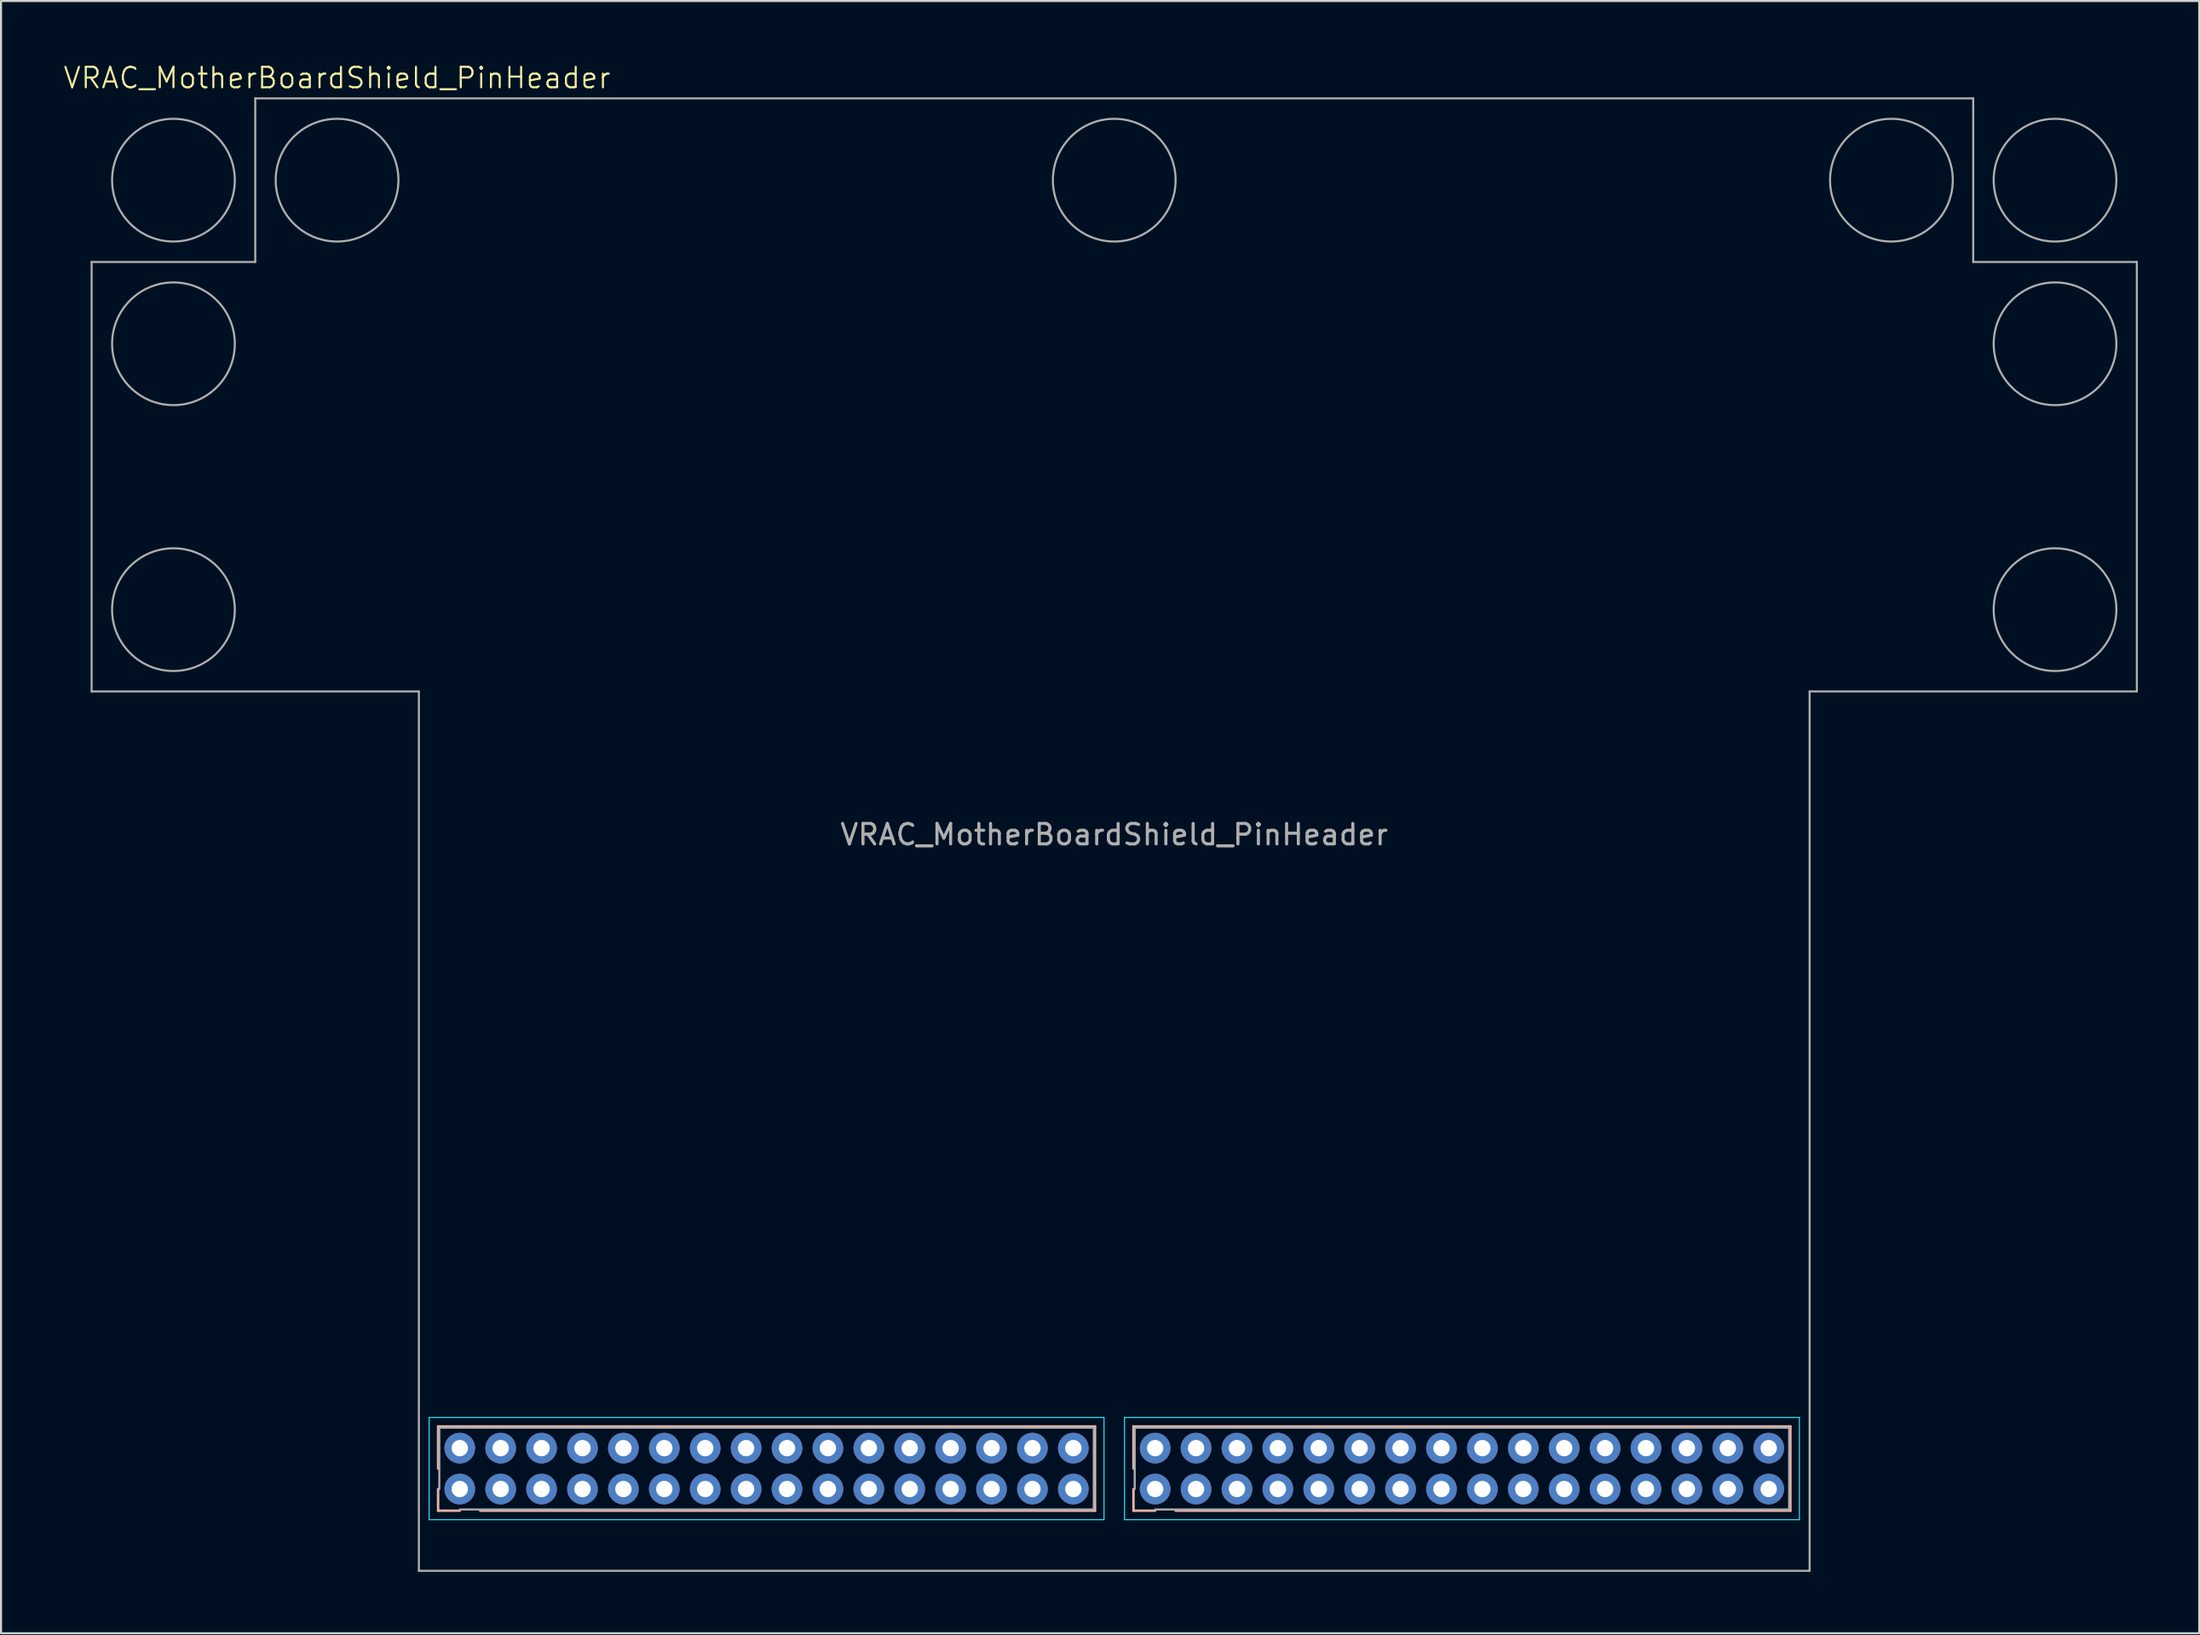
<source format=kicad_pcb>
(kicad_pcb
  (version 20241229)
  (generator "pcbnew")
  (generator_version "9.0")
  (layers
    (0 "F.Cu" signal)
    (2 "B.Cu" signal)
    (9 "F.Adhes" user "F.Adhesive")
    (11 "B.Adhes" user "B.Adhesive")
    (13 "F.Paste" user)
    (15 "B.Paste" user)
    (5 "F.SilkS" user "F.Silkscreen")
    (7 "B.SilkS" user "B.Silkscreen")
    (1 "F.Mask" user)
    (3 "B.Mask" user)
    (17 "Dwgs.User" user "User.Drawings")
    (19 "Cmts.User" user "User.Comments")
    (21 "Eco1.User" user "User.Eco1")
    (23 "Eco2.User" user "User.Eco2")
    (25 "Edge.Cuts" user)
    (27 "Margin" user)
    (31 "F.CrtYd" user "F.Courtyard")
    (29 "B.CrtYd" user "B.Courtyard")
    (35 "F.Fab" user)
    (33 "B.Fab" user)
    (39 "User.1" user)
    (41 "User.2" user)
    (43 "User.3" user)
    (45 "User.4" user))
  (footprint "VRAC_MotherBoardShield_PinHeader"
    (layer "F.Cu")
    (at 51.431 68.76)
    (property "Reference" "VRAC_MotherBoardShield_PinHeader" (at -38 -68 0) (unlocked yes) (layer "F.SilkS") (effects (font (size 1 1) (thickness 0.1))))
    (attr smd)
    (fp_line (start -33.06 -2.06) (end -0.94 -2.06) (stroke (width 0.12) (type solid)) (layer "B.SilkS"))
    (fp_line (start -33.06 0) (end -33.06 -2.06) (stroke (width 0.12) (type solid)) (layer "B.SilkS"))
    (fp_line (start -33.06 2.06) (end -33.06 1) (stroke (width 0.12) (type solid)) (layer "B.SilkS"))
    (fp_line (start -32 2.06) (end -33.06 2.06) (stroke (width 0.12) (type solid)) (layer "B.SilkS"))
    (fp_line (start -31 2.06) (end -0.94 2.06) (stroke (width 0.12) (type solid)) (layer "B.SilkS"))
    (fp_line (start -0.94 2.06) (end -0.94 -2.06) (stroke (width 0.12) (type solid)) (layer "B.SilkS"))
    (fp_line (start 0.94 -2.06) (end 33.06 -2.06) (stroke (width 0.12) (type solid)) (layer "B.SilkS"))
    (fp_line (start 0.94 0) (end 0.94 -2.06) (stroke (width 0.12) (type solid)) (layer "B.SilkS"))
    (fp_line (start 0.94 2.06) (end 0.94 1) (stroke (width 0.12) (type solid)) (layer "B.SilkS"))
    (fp_line (start 2 2.06) (end 0.94 2.06) (stroke (width 0.12) (type solid)) (layer "B.SilkS"))
    (fp_line (start 3 2.06) (end 33.06 2.06) (stroke (width 0.12) (type solid)) (layer "B.SilkS"))
    (fp_line (start 33.06 2.06) (end 33.06 -2.06) (stroke (width 0.12) (type solid)) (layer "B.SilkS"))
    (fp_line (start -33.5 -2.5) (end -33.5 2.5) (stroke (width 0.05) (type solid)) (layer "B.CrtYd"))
    (fp_line (start -33.5 2.5) (end -0.5 2.5) (stroke (width 0.05) (type solid)) (layer "B.CrtYd"))
    (fp_line (start -0.5 -2.5) (end -33.5 -2.5) (stroke (width 0.05) (type solid)) (layer "B.CrtYd"))
    (fp_line (start -0.5 2.5) (end -0.5 -2.5) (stroke (width 0.05) (type solid)) (layer "B.CrtYd"))
    (fp_line (start 0.5 -2.5) (end 0.5 2.5) (stroke (width 0.05) (type solid)) (layer "B.CrtYd"))
    (fp_line (start 0.5 2.5) (end 33.5 2.5) (stroke (width 0.05) (type solid)) (layer "B.CrtYd"))
    (fp_line (start 33.5 -2.5) (end 0.5 -2.5) (stroke (width 0.05) (type solid)) (layer "B.CrtYd"))
    (fp_line (start 33.5 2.5) (end 33.5 -2.5) (stroke (width 0.05) (type solid)) (layer "B.CrtYd"))
    (fp_line (start -50 -59) (end -42 -59) (stroke (width 0.1) (type default)) (layer "F.Fab"))
    (fp_line (start -50 -38) (end -50 -59) (stroke (width 0.1) (type default)) (layer "F.Fab"))
    (fp_line (start -42 -59) (end -42 -67) (stroke (width 0.1) (type default)) (layer "F.Fab"))
    (fp_line (start -34 -38) (end -50 -38) (stroke (width 0.1) (type default)) (layer "F.Fab"))
    (fp_line (start -34 -38) (end -34 5) (stroke (width 0.1) (type default)) (layer "F.Fab"))
    (fp_line (start -34 5) (end 34 5) (stroke (width 0.1) (type default)) (layer "F.Fab"))
    (fp_line (start -33 -2) (end -1 -2) (stroke (width 0.1) (type solid)) (layer "F.Fab"))
    (fp_line (start -33 1) (end -33 -2) (stroke (width 0.1) (type solid)) (layer "F.Fab"))
    (fp_line (start -1 -2) (end -1 2) (stroke (width 0.1) (type solid)) (layer "F.Fab"))
    (fp_line (start -1 2) (end -32 2) (stroke (width 0.1) (type solid)) (layer "F.Fab"))
    (fp_line (start 1 -2) (end 33 -2) (stroke (width 0.1) (type solid)) (layer "F.Fab"))
    (fp_line (start 1 1) (end 1 -2) (stroke (width 0.1) (type solid)) (layer "F.Fab"))
    (fp_line (start 33 -2) (end 33 2) (stroke (width 0.1) (type solid)) (layer "F.Fab"))
    (fp_line (start 33 2) (end 2 2) (stroke (width 0.1) (type solid)) (layer "F.Fab"))
    (fp_line (start 34 5) (end 34 -38) (stroke (width 0.1) (type default)) (layer "F.Fab"))
    (fp_line (start 42 -67) (end -42 -67) (stroke (width 0.1) (type default)) (layer "F.Fab"))
    (fp_line (start 42 -59) (end 42 -67) (stroke (width 0.1) (type default)) (layer "F.Fab"))
    (fp_line (start 42 -59) (end 50 -59) (stroke (width 0.1) (type default)) (layer "F.Fab"))
    (fp_line (start 50 -38) (end 34 -38) (stroke (width 0.1) (type default)) (layer "F.Fab"))
    (fp_line (start 50 -38) (end 50 -59) (stroke (width 0.1) (type default)) (layer "F.Fab"))
    (fp_circle (center -46 -63) (end -43 -63) (stroke (width 0.1) (type default)) (fill no) (layer "F.Fab"))
    (fp_circle (center -46 -55) (end -43 -55) (stroke (width 0.1) (type default)) (fill no) (layer "F.Fab"))
    (fp_circle (center -46 -42) (end -43 -42) (stroke (width 0.1) (type default)) (fill no) (layer "F.Fab"))
    (fp_circle (center -38 -63) (end -35 -63) (stroke (width 0.1) (type default)) (fill no) (layer "F.Fab"))
    (fp_circle (center 0 -63) (end 3 -63) (stroke (width 0.1) (type default)) (fill no) (layer "F.Fab"))
    (fp_circle (center 38 -63) (end 41 -63) (stroke (width 0.1) (type default)) (fill no) (layer "F.Fab"))
    (fp_circle (center 46 -63) (end 49 -63) (stroke (width 0.1) (type default)) (fill no) (layer "F.Fab"))
    (fp_circle (center 46 -55) (end 49 -55) (stroke (width 0.1) (type default)) (fill no) (layer "F.Fab"))
    (fp_circle (center 46 -42) (end 49 -42) (stroke (width 0.1) (type default)) (fill no) (layer "F.Fab"))
    (fp_text user "${REFERENCE}" (at 0 -31 0) (unlocked yes) (layer "F.Fab") (effects (font (size 1 1) (thickness 0.15))))
    (pad "1" thru_hole circle (at -32 1 90) (size 1.5 1.5) (drill 0.8) (layers "*.Cu" "*.Mask"))
    (pad "2" thru_hole circle (at -32 -1 90) (size 1.5 1.5) (drill 0.8) (layers "*.Cu" "*.Mask"))
    (pad "3" thru_hole circle (at -30 1 90) (size 1.5 1.5) (drill 0.8) (layers "*.Cu" "*.Mask"))
    (pad "4" thru_hole circle (at -30 -1 90) (size 1.5 1.5) (drill 0.8) (layers "*.Cu" "*.Mask"))
    (pad "5" thru_hole circle (at -28 1 90) (size 1.5 1.5) (drill 0.8) (layers "*.Cu" "*.Mask"))
    (pad "6" thru_hole circle (at -28 -1 90) (size 1.5 1.5) (drill 0.8) (layers "*.Cu" "*.Mask"))
    (pad "7" thru_hole circle (at -26 1 90) (size 1.5 1.5) (drill 0.8) (layers "*.Cu" "*.Mask"))
    (pad "8" thru_hole circle (at -26 -1 90) (size 1.5 1.5) (drill 0.8) (layers "*.Cu" "*.Mask"))
    (pad "9" thru_hole circle (at -24 1 90) (size 1.5 1.5) (drill 0.8) (layers "*.Cu" "*.Mask"))
    (pad "10" thru_hole circle (at -24 -1 90) (size 1.5 1.5) (drill 0.8) (layers "*.Cu" "*.Mask"))
    (pad "11" thru_hole circle (at -22 1 90) (size 1.5 1.5) (drill 0.8) (layers "*.Cu" "*.Mask"))
    (pad "12" thru_hole circle (at -22 -1 90) (size 1.5 1.5) (drill 0.8) (layers "*.Cu" "*.Mask"))
    (pad "13" thru_hole circle (at -20 1 90) (size 1.5 1.5) (drill 0.8) (layers "*.Cu" "*.Mask"))
    (pad "14" thru_hole circle (at -20 -1 90) (size 1.5 1.5) (drill 0.8) (layers "*.Cu" "*.Mask"))
    (pad "15" thru_hole circle (at -18 1 90) (size 1.5 1.5) (drill 0.8) (layers "*.Cu" "*.Mask"))
    (pad "16" thru_hole circle (at -18 -1 90) (size 1.5 1.5) (drill 0.8) (layers "*.Cu" "*.Mask"))
    (pad "17" thru_hole circle (at -16 1 90) (size 1.5 1.5) (drill 0.8) (layers "*.Cu" "*.Mask"))
    (pad "18" thru_hole circle (at -16 -1 90) (size 1.5 1.5) (drill 0.8) (layers "*.Cu" "*.Mask"))
    (pad "19" thru_hole circle (at -14 1 90) (size 1.5 1.5) (drill 0.8) (layers "*.Cu" "*.Mask"))
    (pad "20" thru_hole circle (at -14 -1 90) (size 1.5 1.5) (drill 0.8) (layers "*.Cu" "*.Mask"))
    (pad "21" thru_hole circle (at -12 1 90) (size 1.5 1.5) (drill 0.8) (layers "*.Cu" "*.Mask"))
    (pad "22" thru_hole circle (at -12 -1 90) (size 1.5 1.5) (drill 0.8) (layers "*.Cu" "*.Mask"))
    (pad "23" thru_hole circle (at -10 1 90) (size 1.5 1.5) (drill 0.8) (layers "*.Cu" "*.Mask"))
    (pad "24" thru_hole circle (at -10 -1 90) (size 1.5 1.5) (drill 0.8) (layers "*.Cu" "*.Mask"))
    (pad "25" thru_hole circle (at -8 1 90) (size 1.5 1.5) (drill 0.8) (layers "*.Cu" "*.Mask"))
    (pad "26" thru_hole circle (at -8 -1 90) (size 1.5 1.5) (drill 0.8) (layers "*.Cu" "*.Mask"))
    (pad "27" thru_hole circle (at -6 1 90) (size 1.5 1.5) (drill 0.8) (layers "*.Cu" "*.Mask"))
    (pad "28" thru_hole circle (at -6 -1 90) (size 1.5 1.5) (drill 0.8) (layers "*.Cu" "*.Mask"))
    (pad "29" thru_hole circle (at -4 1 90) (size 1.5 1.5) (drill 0.8) (layers "*.Cu" "*.Mask"))
    (pad "30" thru_hole circle (at -4 -1 90) (size 1.5 1.5) (drill 0.8) (layers "*.Cu" "*.Mask"))
    (pad "31" thru_hole circle (at -2 1 90) (size 1.5 1.5) (drill 0.8) (layers "*.Cu" "*.Mask"))
    (pad "32" thru_hole circle (at -2 -1 90) (size 1.5 1.5) (drill 0.8) (layers "*.Cu" "*.Mask"))
    (pad "33" thru_hole circle (at 2 1 90) (size 1.5 1.5) (drill 0.8) (layers "*.Cu" "*.Mask"))
    (pad "34" thru_hole circle (at 2 -1 90) (size 1.5 1.5) (drill 0.8) (layers "*.Cu" "*.Mask"))
    (pad "35" thru_hole circle (at 4 1 90) (size 1.5 1.5) (drill 0.8) (layers "*.Cu" "*.Mask"))
    (pad "36" thru_hole circle (at 4 -1 90) (size 1.5 1.5) (drill 0.8) (layers "*.Cu" "*.Mask"))
    (pad "37" thru_hole circle (at 6 1 90) (size 1.5 1.5) (drill 0.8) (layers "*.Cu" "*.Mask"))
    (pad "38" thru_hole circle (at 6 -1 90) (size 1.5 1.5) (drill 0.8) (layers "*.Cu" "*.Mask"))
    (pad "39" thru_hole circle (at 8 1 90) (size 1.5 1.5) (drill 0.8) (layers "*.Cu" "*.Mask"))
    (pad "40" thru_hole circle (at 8 -1 90) (size 1.5 1.5) (drill 0.8) (layers "*.Cu" "*.Mask"))
    (pad "41" thru_hole circle (at 10 1 90) (size 1.5 1.5) (drill 0.8) (layers "*.Cu" "*.Mask"))
    (pad "42" thru_hole circle (at 10 -1 90) (size 1.5 1.5) (drill 0.8) (layers "*.Cu" "*.Mask"))
    (pad "43" thru_hole circle (at 12 1 90) (size 1.5 1.5) (drill 0.8) (layers "*.Cu" "*.Mask"))
    (pad "44" thru_hole circle (at 12 -1 90) (size 1.5 1.5) (drill 0.8) (layers "*.Cu" "*.Mask"))
    (pad "45" thru_hole circle (at 14 1 90) (size 1.5 1.5) (drill 0.8) (layers "*.Cu" "*.Mask"))
    (pad "46" thru_hole circle (at 14 -1 90) (size 1.5 1.5) (drill 0.8) (layers "*.Cu" "*.Mask"))
    (pad "47" thru_hole circle (at 16 1 90) (size 1.5 1.5) (drill 0.8) (layers "*.Cu" "*.Mask"))
    (pad "48" thru_hole circle (at 16 -1 90) (size 1.5 1.5) (drill 0.8) (layers "*.Cu" "*.Mask"))
    (pad "49" thru_hole circle (at 18 1 90) (size 1.5 1.5) (drill 0.8) (layers "*.Cu" "*.Mask"))
    (pad "50" thru_hole circle (at 18 -1 90) (size 1.5 1.5) (drill 0.8) (layers "*.Cu" "*.Mask"))
    (pad "51" thru_hole circle (at 20 1 90) (size 1.5 1.5) (drill 0.8) (layers "*.Cu" "*.Mask"))
    (pad "52" thru_hole circle (at 20 -1 90) (size 1.5 1.5) (drill 0.8) (layers "*.Cu" "*.Mask"))
    (pad "53" thru_hole circle (at 22 1 90) (size 1.5 1.5) (drill 0.8) (layers "*.Cu" "*.Mask"))
    (pad "54" thru_hole circle (at 22 -1 90) (size 1.5 1.5) (drill 0.8) (layers "*.Cu" "*.Mask"))
    (pad "55" thru_hole circle (at 24 1 90) (size 1.5 1.5) (drill 0.8) (layers "*.Cu" "*.Mask"))
    (pad "56" thru_hole circle (at 24 -1 90) (size 1.5 1.5) (drill 0.8) (layers "*.Cu" "*.Mask"))
    (pad "57" thru_hole circle (at 26 1 90) (size 1.5 1.5) (drill 0.8) (layers "*.Cu" "*.Mask"))
    (pad "58" thru_hole circle (at 26 -1 90) (size 1.5 1.5) (drill 0.8) (layers "*.Cu" "*.Mask"))
    (pad "59" thru_hole circle (at 28 1 90) (size 1.5 1.5) (drill 0.8) (layers "*.Cu" "*.Mask"))
    (pad "60" thru_hole circle (at 28 -1 90) (size 1.5 1.5) (drill 0.8) (layers "*.Cu" "*.Mask"))
    (pad "61" thru_hole circle (at 30 1 90) (size 1.5 1.5) (drill 0.8) (layers "*.Cu" "*.Mask"))
    (pad "62" thru_hole circle (at 30 -1 90) (size 1.5 1.5) (drill 0.8) (layers "*.Cu" "*.Mask"))
    (pad "63" thru_hole circle (at 32 1 90) (size 1.5 1.5) (drill 0.8) (layers "*.Cu" "*.Mask"))
    (pad "64" thru_hole circle (at 32 -1 90) (size 1.5 1.5) (drill 0.8) (layers "*.Cu" "*.Mask")))
  (gr_rect
    (start -3 -3)
    (end 104.481 76.811)
    (stroke (width 0.1) (type default))
    (fill no)
    (layer "Edge.Cuts")))
</source>
